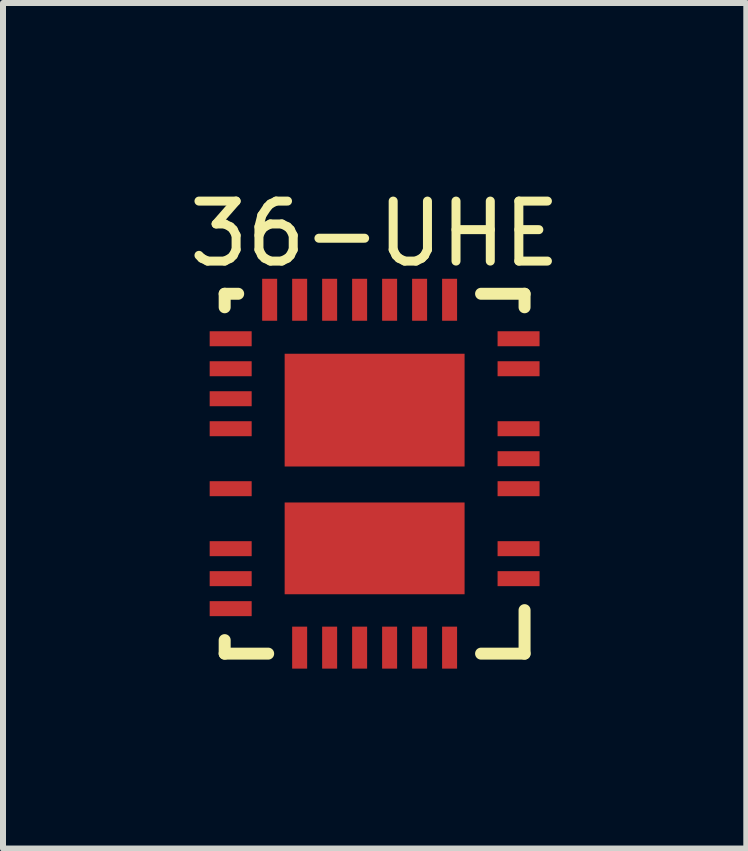
<source format=kicad_pcb>
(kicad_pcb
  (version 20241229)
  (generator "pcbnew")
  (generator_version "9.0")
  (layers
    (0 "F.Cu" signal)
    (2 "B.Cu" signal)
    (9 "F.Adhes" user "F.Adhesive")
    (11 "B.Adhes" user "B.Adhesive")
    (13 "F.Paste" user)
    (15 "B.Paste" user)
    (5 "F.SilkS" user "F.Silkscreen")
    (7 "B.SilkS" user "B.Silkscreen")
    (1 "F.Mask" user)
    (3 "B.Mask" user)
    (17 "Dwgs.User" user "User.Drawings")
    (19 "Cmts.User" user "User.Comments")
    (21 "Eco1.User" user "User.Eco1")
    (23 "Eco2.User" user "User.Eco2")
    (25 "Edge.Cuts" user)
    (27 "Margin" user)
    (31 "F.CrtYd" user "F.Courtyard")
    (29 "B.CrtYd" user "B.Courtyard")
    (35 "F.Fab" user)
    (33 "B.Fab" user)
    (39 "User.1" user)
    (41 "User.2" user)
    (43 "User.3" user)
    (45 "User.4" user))
  (footprint "36-UHE"
    (layer "F.Cu")
    (at 3.196 4.848)
    (property "Reference" "36-UHE" (at 0 -4 0) (layer "F.SilkS") (effects (font (size 1 1) (thickness 0.15))))
    (attr through_hole)
    (fp_line (start -2.5 -2.775) (end -2.5 -3) (stroke (width 0.2) (type solid)) (layer "F.SilkS"))
    (fp_line (start -2.5 3) (end -2.5 2.775) (stroke (width 0.2) (type solid)) (layer "F.SilkS"))
    (fp_line (start -2.275 -3) (end -2.5 -3) (stroke (width 0.2) (type solid)) (layer "F.SilkS"))
    (fp_line (start -1.775 3) (end -2.5 3) (stroke (width 0.2) (type solid)) (layer "F.SilkS"))
    (fp_line (start 1.775 -3) (end 2.5 -3) (stroke (width 0.2) (type solid)) (layer "F.SilkS"))
    (fp_line (start 1.775 3) (end 2.5 3) (stroke (width 0.2) (type solid)) (layer "F.SilkS"))
    (fp_line (start 2.5 -2.775) (end 2.5 -3) (stroke (width 0.2) (type solid)) (layer "F.SilkS"))
    (fp_line (start 2.5 3) (end 2.5 2.275) (stroke (width 0.2) (type solid)) (layer "F.SilkS"))
    (pad "1" smd rect (at -2.4 -2.25) (size 0.7 0.25) (layers "F.Cu" "F.Mask" "F.Paste"))
    (pad "2" smd rect (at -2.4 -1.75) (size 0.7 0.25) (layers "F.Cu" "F.Mask" "F.Paste"))
    (pad "3" smd rect (at -2.4 -1.25) (size 0.7 0.25) (layers "F.Cu" "F.Mask" "F.Paste"))
    (pad "4" smd rect (at -2.4 -0.75) (size 0.7 0.25) (layers "F.Cu" "F.Mask" "F.Paste"))
    (pad "6" smd rect (at -2.4 0.25) (size 0.7 0.25) (layers "F.Cu" "F.Mask" "F.Paste"))
    (pad "8" smd rect (at -2.4 1.25) (size 0.7 0.25) (layers "F.Cu" "F.Mask" "F.Paste"))
    (pad "9" smd rect (at -2.4 1.75) (size 0.7 0.25) (layers "F.Cu" "F.Mask" "F.Paste"))
    (pad "10" smd rect (at -2.4 2.25) (size 0.7 0.25) (layers "F.Cu" "F.Mask" "F.Paste"))
    (pad "12" smd rect (at -1.25 2.9) (size 0.25 0.7) (layers "F.Cu" "F.Mask" "F.Paste"))
    (pad "13" smd rect (at -0.75 2.9) (size 0.25 0.7) (layers "F.Cu" "F.Mask" "F.Paste"))
    (pad "14" smd rect (at -0.25 2.9) (size 0.25 0.7) (layers "F.Cu" "F.Mask" "F.Paste"))
    (pad "15" smd rect (at 0.25 2.9) (size 0.25 0.7) (layers "F.Cu" "F.Mask" "F.Paste"))
    (pad "16" smd rect (at 0.75 2.9) (size 0.25 0.7) (layers "F.Cu" "F.Mask" "F.Paste"))
    (pad "17" smd rect (at 1.25 2.9) (size 0.25 0.7) (layers "F.Cu" "F.Mask" "F.Paste"))
    (pad "20" smd rect (at 2.4 1.75) (size 0.7 0.25) (layers "F.Cu" "F.Mask" "F.Paste"))
    (pad "21" smd rect (at 2.4 1.25) (size 0.7 0.25) (layers "F.Cu" "F.Mask" "F.Paste"))
    (pad "23" smd rect (at 2.4 0.25) (size 0.7 0.25) (layers "F.Cu" "F.Mask" "F.Paste"))
    (pad "24" smd rect (at 2.4 -0.25) (size 0.7 0.25) (layers "F.Cu" "F.Mask" "F.Paste"))
    (pad "25" smd rect (at 2.4 -0.75) (size 0.7 0.25) (layers "F.Cu" "F.Mask" "F.Paste"))
    (pad "27" smd rect (at 2.4 -1.75) (size 0.7 0.25) (layers "F.Cu" "F.Mask" "F.Paste"))
    (pad "28" smd rect (at 2.4 -2.25) (size 0.7 0.25) (layers "F.Cu" "F.Mask" "F.Paste"))
    (pad "30" smd rect (at 1.25 -2.9) (size 0.25 0.7) (layers "F.Cu" "F.Mask" "F.Paste"))
    (pad "31" smd rect (at 0.75 -2.9) (size 0.25 0.7) (layers "F.Cu" "F.Mask" "F.Paste"))
    (pad "32" smd rect (at 0.25 -2.9) (size 0.25 0.7) (layers "F.Cu" "F.Mask" "F.Paste"))
    (pad "33" smd rect (at -0.25 -2.9) (size 0.25 0.7) (layers "F.Cu" "F.Mask" "F.Paste"))
    (pad "34" smd rect (at -0.75 -2.9) (size 0.25 0.7) (layers "F.Cu" "F.Mask" "F.Paste"))
    (pad "35" smd rect (at -1.25 -2.9) (size 0.25 0.7) (layers "F.Cu" "F.Mask" "F.Paste"))
    (pad "36" smd rect (at -1.75 -2.9) (size 0.25 0.7) (layers "F.Cu" "F.Mask" "F.Paste"))
    (pad "37" smd rect (at 0 -1.06) (size 3 1.88) (layers "F.Cu" "F.Mask" "F.Paste"))
    (pad "38" smd rect (at 0 1.245) (size 3 1.53) (layers "F.Cu" "F.Mask" "F.Paste")))
  (gr_rect
    (start -3 -3)
    (end 9.393 11.098)
    (stroke (width 0.1) (type default))
    (fill no)
    (layer "Edge.Cuts")))
</source>
